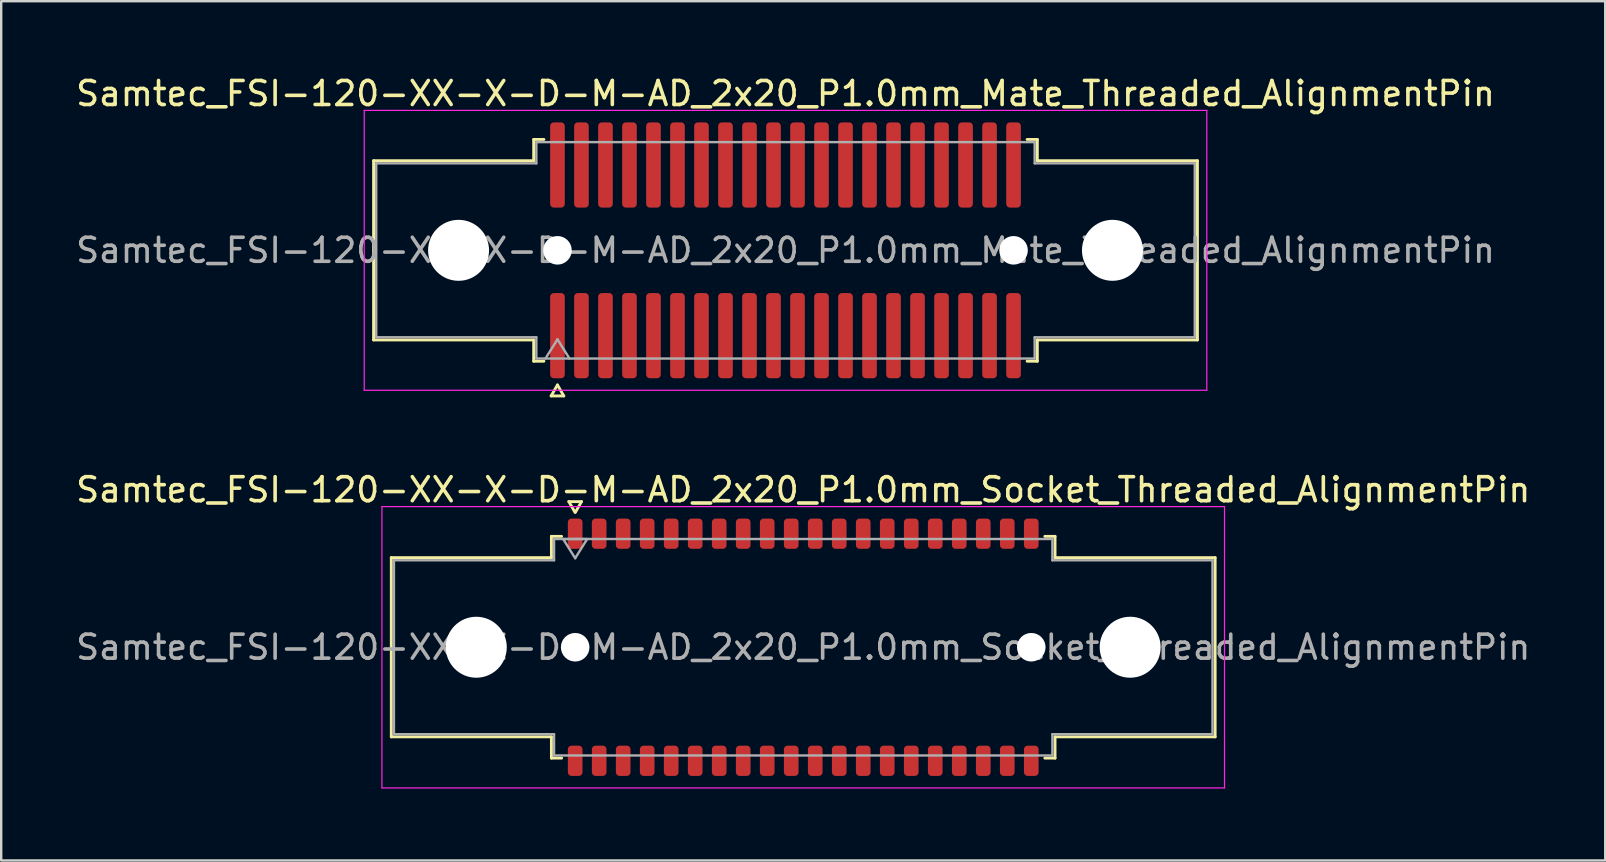
<source format=kicad_pcb>
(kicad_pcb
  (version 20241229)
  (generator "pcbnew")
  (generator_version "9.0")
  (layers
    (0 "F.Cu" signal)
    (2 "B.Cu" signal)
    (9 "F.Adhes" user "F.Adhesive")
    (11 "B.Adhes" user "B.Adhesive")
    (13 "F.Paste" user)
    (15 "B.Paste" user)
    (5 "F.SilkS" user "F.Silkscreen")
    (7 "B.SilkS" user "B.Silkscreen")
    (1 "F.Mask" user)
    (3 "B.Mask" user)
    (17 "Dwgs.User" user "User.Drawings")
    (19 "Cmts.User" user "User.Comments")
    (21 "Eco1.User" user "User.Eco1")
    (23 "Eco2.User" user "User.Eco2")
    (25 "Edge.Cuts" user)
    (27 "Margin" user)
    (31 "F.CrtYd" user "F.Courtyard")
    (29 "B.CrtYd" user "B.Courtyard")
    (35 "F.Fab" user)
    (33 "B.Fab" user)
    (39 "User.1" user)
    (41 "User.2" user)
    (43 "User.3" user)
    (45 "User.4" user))
  (footprint "Samtec_FSI-120-XX-X-D-M-AD_2x20_P1.0mm_Socket_Threaded_AlignmentPin"
    (layer "F.Cu")
    (at 30.411 23.913)
    (property "Reference" "Samtec_FSI-120-XX-X-D-M-AD_2x20_P1.0mm_Socket_Threaded_AlignmentPin" (at 0 -6.56 0) (layer "F.SilkS") (effects (font (size 1 1) (thickness 0.15))))
    (attr smd)
    (fp_line (start -17.16 -3.733) (end -10.49 -3.733) (stroke (width 0.12) (type solid)) (layer "F.SilkS"))
    (fp_line (start -17.16 3.733) (end -17.16 -3.733) (stroke (width 0.12) (type solid)) (layer "F.SilkS"))
    (fp_line (start -10.49 -4.619) (end -10.065 -4.619) (stroke (width 0.12) (type solid)) (layer "F.SilkS"))
    (fp_line (start -10.49 -3.733) (end -10.49 -4.619) (stroke (width 0.12) (type solid)) (layer "F.SilkS"))
    (fp_line (start -10.49 3.733) (end -17.16 3.733) (stroke (width 0.12) (type solid)) (layer "F.SilkS"))
    (fp_line (start -10.49 4.619) (end -10.49 3.733) (stroke (width 0.12) (type solid)) (layer "F.SilkS"))
    (fp_line (start -10.065 4.619) (end -10.49 4.619) (stroke (width 0.12) (type solid)) (layer "F.SilkS"))
    (fp_line (start -9.764 -6.066) (end -9.507 -5.62) (stroke (width 0.12) (type solid)) (layer "F.SilkS"))
    (fp_line (start -9.493 -5.62) (end -9.236 -6.066) (stroke (width 0.12) (type solid)) (layer "F.SilkS"))
    (fp_line (start -9.236 -6.066) (end -9.764 -6.066) (stroke (width 0.12) (type solid)) (layer "F.SilkS"))
    (fp_line (start 10.065 -4.619) (end 10.49 -4.619) (stroke (width 0.12) (type solid)) (layer "F.SilkS"))
    (fp_line (start 10.49 -4.619) (end 10.49 -3.733) (stroke (width 0.12) (type solid)) (layer "F.SilkS"))
    (fp_line (start 10.49 -3.733) (end 17.16 -3.733) (stroke (width 0.12) (type solid)) (layer "F.SilkS"))
    (fp_line (start 10.49 3.733) (end 10.49 4.619) (stroke (width 0.12) (type solid)) (layer "F.SilkS"))
    (fp_line (start 10.49 4.619) (end 10.065 4.619) (stroke (width 0.12) (type solid)) (layer "F.SilkS"))
    (fp_line (start 17.16 -3.733) (end 17.16 3.733) (stroke (width 0.12) (type solid)) (layer "F.SilkS"))
    (fp_line (start 17.16 3.733) (end 10.49 3.733) (stroke (width 0.12) (type solid)) (layer "F.SilkS"))
    (fp_line (start -17.55 -5.86) (end -17.55 5.86) (stroke (width 0.05) (type solid)) (layer "F.CrtYd"))
    (fp_line (start -17.55 5.86) (end 17.55 5.86) (stroke (width 0.05) (type solid)) (layer "F.CrtYd"))
    (fp_line (start 17.55 -5.86) (end -17.55 -5.86) (stroke (width 0.05) (type solid)) (layer "F.CrtYd"))
    (fp_line (start 17.55 5.86) (end 17.55 -5.86) (stroke (width 0.05) (type solid)) (layer "F.CrtYd"))
    (fp_line (start -17.05 -3.623) (end -10.38 -3.623) (stroke (width 0.1) (type solid)) (layer "F.Fab"))
    (fp_line (start -17.05 3.623) (end -17.05 -3.623) (stroke (width 0.1) (type solid)) (layer "F.Fab"))
    (fp_line (start -10.38 -4.508) (end 10.38 -4.508) (stroke (width 0.1) (type solid)) (layer "F.Fab"))
    (fp_line (start -10.38 -3.623) (end -10.38 -4.508) (stroke (width 0.1) (type solid)) (layer "F.Fab"))
    (fp_line (start -10.38 3.623) (end -17.05 3.623) (stroke (width 0.1) (type solid)) (layer "F.Fab"))
    (fp_line (start -10.38 4.508) (end -10.38 3.623) (stroke (width 0.1) (type solid)) (layer "F.Fab"))
    (fp_line (start -10 -4.508) (end -9.5 -3.708) (stroke (width 0.1) (type solid)) (layer "F.Fab"))
    (fp_line (start -9.5 -3.708) (end -9 -4.508) (stroke (width 0.1) (type solid)) (layer "F.Fab"))
    (fp_line (start -9 -4.508) (end -10 -4.508) (stroke (width 0.1) (type solid)) (layer "F.Fab"))
    (fp_line (start 10.38 -4.508) (end 10.38 -3.623) (stroke (width 0.1) (type solid)) (layer "F.Fab"))
    (fp_line (start 10.38 -3.623) (end 17.05 -3.623) (stroke (width 0.1) (type solid)) (layer "F.Fab"))
    (fp_line (start 10.38 3.623) (end 10.38 4.508) (stroke (width 0.1) (type solid)) (layer "F.Fab"))
    (fp_line (start 10.38 4.508) (end -10.38 4.508) (stroke (width 0.1) (type solid)) (layer "F.Fab"))
    (fp_line (start 17.05 -3.623) (end 17.05 3.623) (stroke (width 0.1) (type solid)) (layer "F.Fab"))
    (fp_line (start 17.05 3.623) (end 10.38 3.623) (stroke (width 0.1) (type solid)) (layer "F.Fab"))
    (fp_text user "${REFERENCE}" (at 0 0 0) (layer "F.Fab") (effects (font (size 1 1) (thickness 0.15))))
    (pad "" np_thru_hole circle (at -13.62 0) (size 2.54 2.54) (drill 2.54) (layers "*.Cu" "*.Mask"))
    (pad "" np_thru_hole circle (at -9.5 0) (size 1.19 1.19) (drill 1.19) (layers "*.Cu" "*.Mask"))
    (pad "" np_thru_hole circle (at 9.5 0) (size 1.19 1.19) (drill 1.19) (layers "*.Cu" "*.Mask"))
    (pad "" np_thru_hole circle (at 13.62 0) (size 2.54 2.54) (drill 2.54) (layers "*.Cu" "*.Mask"))
    (pad "1" smd roundrect (at -9.5 -4.73) (size 0.61 1.26) (layers "F.Cu" "F.Mask" "F.Paste") (roundrect_rratio 0.25))
    (pad "2" smd roundrect (at -9.5 4.73) (size 0.61 1.26) (layers "F.Cu" "F.Mask" "F.Paste") (roundrect_rratio 0.25))
    (pad "3" smd roundrect (at -8.5 -4.73) (size 0.61 1.26) (layers "F.Cu" "F.Mask" "F.Paste") (roundrect_rratio 0.25))
    (pad "4" smd roundrect (at -8.5 4.73) (size 0.61 1.26) (layers "F.Cu" "F.Mask" "F.Paste") (roundrect_rratio 0.25))
    (pad "5" smd roundrect (at -7.5 -4.73) (size 0.61 1.26) (layers "F.Cu" "F.Mask" "F.Paste") (roundrect_rratio 0.25))
    (pad "6" smd roundrect (at -7.5 4.73) (size 0.61 1.26) (layers "F.Cu" "F.Mask" "F.Paste") (roundrect_rratio 0.25))
    (pad "7" smd roundrect (at -6.5 -4.73) (size 0.61 1.26) (layers "F.Cu" "F.Mask" "F.Paste") (roundrect_rratio 0.25))
    (pad "8" smd roundrect (at -6.5 4.73) (size 0.61 1.26) (layers "F.Cu" "F.Mask" "F.Paste") (roundrect_rratio 0.25))
    (pad "9" smd roundrect (at -5.5 -4.73) (size 0.61 1.26) (layers "F.Cu" "F.Mask" "F.Paste") (roundrect_rratio 0.25))
    (pad "10" smd roundrect (at -5.5 4.73) (size 0.61 1.26) (layers "F.Cu" "F.Mask" "F.Paste") (roundrect_rratio 0.25))
    (pad "11" smd roundrect (at -4.5 -4.73) (size 0.61 1.26) (layers "F.Cu" "F.Mask" "F.Paste") (roundrect_rratio 0.25))
    (pad "12" smd roundrect (at -4.5 4.73) (size 0.61 1.26) (layers "F.Cu" "F.Mask" "F.Paste") (roundrect_rratio 0.25))
    (pad "13" smd roundrect (at -3.5 -4.73) (size 0.61 1.26) (layers "F.Cu" "F.Mask" "F.Paste") (roundrect_rratio 0.25))
    (pad "14" smd roundrect (at -3.5 4.73) (size 0.61 1.26) (layers "F.Cu" "F.Mask" "F.Paste") (roundrect_rratio 0.25))
    (pad "15" smd roundrect (at -2.5 -4.73) (size 0.61 1.26) (layers "F.Cu" "F.Mask" "F.Paste") (roundrect_rratio 0.25))
    (pad "16" smd roundrect (at -2.5 4.73) (size 0.61 1.26) (layers "F.Cu" "F.Mask" "F.Paste") (roundrect_rratio 0.25))
    (pad "17" smd roundrect (at -1.5 -4.73) (size 0.61 1.26) (layers "F.Cu" "F.Mask" "F.Paste") (roundrect_rratio 0.25))
    (pad "18" smd roundrect (at -1.5 4.73) (size 0.61 1.26) (layers "F.Cu" "F.Mask" "F.Paste") (roundrect_rratio 0.25))
    (pad "19" smd roundrect (at -0.5 -4.73) (size 0.61 1.26) (layers "F.Cu" "F.Mask" "F.Paste") (roundrect_rratio 0.25))
    (pad "20" smd roundrect (at -0.5 4.73) (size 0.61 1.26) (layers "F.Cu" "F.Mask" "F.Paste") (roundrect_rratio 0.25))
    (pad "21" smd roundrect (at 0.5 -4.73) (size 0.61 1.26) (layers "F.Cu" "F.Mask" "F.Paste") (roundrect_rratio 0.25))
    (pad "22" smd roundrect (at 0.5 4.73) (size 0.61 1.26) (layers "F.Cu" "F.Mask" "F.Paste") (roundrect_rratio 0.25))
    (pad "23" smd roundrect (at 1.5 -4.73) (size 0.61 1.26) (layers "F.Cu" "F.Mask" "F.Paste") (roundrect_rratio 0.25))
    (pad "24" smd roundrect (at 1.5 4.73) (size 0.61 1.26) (layers "F.Cu" "F.Mask" "F.Paste") (roundrect_rratio 0.25))
    (pad "25" smd roundrect (at 2.5 -4.73) (size 0.61 1.26) (layers "F.Cu" "F.Mask" "F.Paste") (roundrect_rratio 0.25))
    (pad "26" smd roundrect (at 2.5 4.73) (size 0.61 1.26) (layers "F.Cu" "F.Mask" "F.Paste") (roundrect_rratio 0.25))
    (pad "27" smd roundrect (at 3.5 -4.73) (size 0.61 1.26) (layers "F.Cu" "F.Mask" "F.Paste") (roundrect_rratio 0.25))
    (pad "28" smd roundrect (at 3.5 4.73) (size 0.61 1.26) (layers "F.Cu" "F.Mask" "F.Paste") (roundrect_rratio 0.25))
    (pad "29" smd roundrect (at 4.5 -4.73) (size 0.61 1.26) (layers "F.Cu" "F.Mask" "F.Paste") (roundrect_rratio 0.25))
    (pad "30" smd roundrect (at 4.5 4.73) (size 0.61 1.26) (layers "F.Cu" "F.Mask" "F.Paste") (roundrect_rratio 0.25))
    (pad "31" smd roundrect (at 5.5 -4.73) (size 0.61 1.26) (layers "F.Cu" "F.Mask" "F.Paste") (roundrect_rratio 0.25))
    (pad "32" smd roundrect (at 5.5 4.73) (size 0.61 1.26) (layers "F.Cu" "F.Mask" "F.Paste") (roundrect_rratio 0.25))
    (pad "33" smd roundrect (at 6.5 -4.73) (size 0.61 1.26) (layers "F.Cu" "F.Mask" "F.Paste") (roundrect_rratio 0.25))
    (pad "34" smd roundrect (at 6.5 4.73) (size 0.61 1.26) (layers "F.Cu" "F.Mask" "F.Paste") (roundrect_rratio 0.25))
    (pad "35" smd roundrect (at 7.5 -4.73) (size 0.61 1.26) (layers "F.Cu" "F.Mask" "F.Paste") (roundrect_rratio 0.25))
    (pad "36" smd roundrect (at 7.5 4.73) (size 0.61 1.26) (layers "F.Cu" "F.Mask" "F.Paste") (roundrect_rratio 0.25))
    (pad "37" smd roundrect (at 8.5 -4.73) (size 0.61 1.26) (layers "F.Cu" "F.Mask" "F.Paste") (roundrect_rratio 0.25))
    (pad "38" smd roundrect (at 8.5 4.73) (size 0.61 1.26) (layers "F.Cu" "F.Mask" "F.Paste") (roundrect_rratio 0.25))
    (pad "39" smd roundrect (at 9.5 -4.73) (size 0.61 1.26) (layers "F.Cu" "F.Mask" "F.Paste") (roundrect_rratio 0.25))
    (pad "40" smd roundrect (at 9.5 4.73) (size 0.61 1.26) (layers "F.Cu" "F.Mask" "F.Paste") (roundrect_rratio 0.25)))
  (footprint "Samtec_FSI-120-XX-X-D-M-AD_2x20_P1.0mm_Mate_Threaded_AlignmentPin"
    (layer "F.Cu")
    (at 29.673 7.378)
    (property "Reference" "Samtec_FSI-120-XX-X-D-M-AD_2x20_P1.0mm_Mate_Threaded_AlignmentPin" (at 0 -6.53 0) (layer "F.SilkS") (effects (font (size 1 1) (thickness 0.15))))
    (attr smd exclude_from_pos_files exclude_from_bom)
    (fp_line (start -17.16 -3.733) (end -10.49 -3.733) (stroke (width 0.12) (type solid)) (layer "F.SilkS"))
    (fp_line (start -17.16 3.733) (end -17.16 -3.733) (stroke (width 0.12) (type solid)) (layer "F.SilkS"))
    (fp_line (start -10.49 -4.619) (end -10.065 -4.619) (stroke (width 0.12) (type solid)) (layer "F.SilkS"))
    (fp_line (start -10.49 -3.733) (end -10.49 -4.619) (stroke (width 0.12) (type solid)) (layer "F.SilkS"))
    (fp_line (start -10.49 3.733) (end -17.16 3.733) (stroke (width 0.12) (type solid)) (layer "F.SilkS"))
    (fp_line (start -10.49 4.619) (end -10.49 3.733) (stroke (width 0.12) (type solid)) (layer "F.SilkS"))
    (fp_line (start -10.065 4.619) (end -10.49 4.619) (stroke (width 0.12) (type solid)) (layer "F.SilkS"))
    (fp_line (start -9.764 6.066) (end -9.5 5.609) (stroke (width 0.12) (type solid)) (layer "F.SilkS"))
    (fp_line (start -9.5 5.609) (end -9.236 6.066) (stroke (width 0.12) (type solid)) (layer "F.SilkS"))
    (fp_line (start -9.236 6.066) (end -9.764 6.066) (stroke (width 0.12) (type solid)) (layer "F.SilkS"))
    (fp_line (start 10.065 -4.619) (end 10.49 -4.619) (stroke (width 0.12) (type solid)) (layer "F.SilkS"))
    (fp_line (start 10.49 -4.619) (end 10.49 -3.733) (stroke (width 0.12) (type solid)) (layer "F.SilkS"))
    (fp_line (start 10.49 -3.733) (end 17.16 -3.733) (stroke (width 0.12) (type solid)) (layer "F.SilkS"))
    (fp_line (start 10.49 3.733) (end 10.49 4.619) (stroke (width 0.12) (type solid)) (layer "F.SilkS"))
    (fp_line (start 10.49 4.619) (end 10.065 4.619) (stroke (width 0.12) (type solid)) (layer "F.SilkS"))
    (fp_line (start 17.16 -3.733) (end 17.16 3.733) (stroke (width 0.12) (type solid)) (layer "F.SilkS"))
    (fp_line (start 17.16 3.733) (end 10.49 3.733) (stroke (width 0.12) (type solid)) (layer "F.SilkS"))
    (fp_line (start -17.55 -5.83) (end -17.55 5.83) (stroke (width 0.05) (type solid)) (layer "F.CrtYd"))
    (fp_line (start -17.55 5.83) (end 17.55 5.83) (stroke (width 0.05) (type solid)) (layer "F.CrtYd"))
    (fp_line (start 17.55 -5.83) (end -17.55 -5.83) (stroke (width 0.05) (type solid)) (layer "F.CrtYd"))
    (fp_line (start 17.55 5.83) (end 17.55 -5.83) (stroke (width 0.05) (type solid)) (layer "F.CrtYd"))
    (fp_line (start -17.05 -3.623) (end -10.38 -3.623) (stroke (width 0.1) (type solid)) (layer "F.Fab"))
    (fp_line (start -17.05 3.623) (end -17.05 -3.623) (stroke (width 0.1) (type solid)) (layer "F.Fab"))
    (fp_line (start -10.38 -4.508) (end 10.38 -4.508) (stroke (width 0.1) (type solid)) (layer "F.Fab"))
    (fp_line (start -10.38 -3.623) (end -10.38 -4.508) (stroke (width 0.1) (type solid)) (layer "F.Fab"))
    (fp_line (start -10.38 3.623) (end -17.05 3.623) (stroke (width 0.1) (type solid)) (layer "F.Fab"))
    (fp_line (start -10.38 4.508) (end -10.38 3.623) (stroke (width 0.1) (type solid)) (layer "F.Fab"))
    (fp_line (start -10 4.508) (end -9.5 3.708) (stroke (width 0.1) (type solid)) (layer "F.Fab"))
    (fp_line (start -9.5 3.708) (end -9 4.508) (stroke (width 0.1) (type solid)) (layer "F.Fab"))
    (fp_line (start 10.38 -4.508) (end 10.38 -3.623) (stroke (width 0.1) (type solid)) (layer "F.Fab"))
    (fp_line (start 10.38 -3.623) (end 17.05 -3.623) (stroke (width 0.1) (type solid)) (layer "F.Fab"))
    (fp_line (start 10.38 3.623) (end 10.38 4.508) (stroke (width 0.1) (type solid)) (layer "F.Fab"))
    (fp_line (start 10.38 4.508) (end -10.38 4.508) (stroke (width 0.1) (type solid)) (layer "F.Fab"))
    (fp_line (start 17.05 -3.623) (end 17.05 3.623) (stroke (width 0.1) (type solid)) (layer "F.Fab"))
    (fp_line (start 17.05 3.623) (end 10.38 3.623) (stroke (width 0.1) (type solid)) (layer "F.Fab"))
    (fp_text user "${REFERENCE}" (at 0 0 0) (layer "F.Fab") (effects (font (size 1 1) (thickness 0.15))))
    (pad "" np_thru_hole circle (at -13.62 0) (size 2.54 2.54) (drill 2.54) (layers "*.Cu" "*.Mask"))
    (pad "" np_thru_hole circle (at -9.5 0) (size 1.19 1.19) (drill 1.19) (layers "*.Cu" "*.Mask"))
    (pad "" np_thru_hole circle (at 9.5 0) (size 1.19 1.19) (drill 1.19) (layers "*.Cu" "*.Mask"))
    (pad "" np_thru_hole circle (at 13.62 0) (size 2.54 2.54) (drill 2.54) (layers "*.Cu" "*.Mask"))
    (pad "1" smd roundrect (at -9.5 3.555) (size 0.61 3.55) (layers "F.Cu" "F.Mask") (roundrect_rratio 0.25))
    (pad "2" smd roundrect (at -9.5 -3.555) (size 0.61 3.55) (layers "F.Cu" "F.Mask") (roundrect_rratio 0.25))
    (pad "3" smd roundrect (at -8.5 3.555) (size 0.61 3.55) (layers "F.Cu" "F.Mask") (roundrect_rratio 0.25))
    (pad "4" smd roundrect (at -8.5 -3.555) (size 0.61 3.55) (layers "F.Cu" "F.Mask") (roundrect_rratio 0.25))
    (pad "5" smd roundrect (at -7.5 3.555) (size 0.61 3.55) (layers "F.Cu" "F.Mask") (roundrect_rratio 0.25))
    (pad "6" smd roundrect (at -7.5 -3.555) (size 0.61 3.55) (layers "F.Cu" "F.Mask") (roundrect_rratio 0.25))
    (pad "7" smd roundrect (at -6.5 3.555) (size 0.61 3.55) (layers "F.Cu" "F.Mask") (roundrect_rratio 0.25))
    (pad "8" smd roundrect (at -6.5 -3.555) (size 0.61 3.55) (layers "F.Cu" "F.Mask") (roundrect_rratio 0.25))
    (pad "9" smd roundrect (at -5.5 3.555) (size 0.61 3.55) (layers "F.Cu" "F.Mask") (roundrect_rratio 0.25))
    (pad "10" smd roundrect (at -5.5 -3.555) (size 0.61 3.55) (layers "F.Cu" "F.Mask") (roundrect_rratio 0.25))
    (pad "11" smd roundrect (at -4.5 3.555) (size 0.61 3.55) (layers "F.Cu" "F.Mask") (roundrect_rratio 0.25))
    (pad "12" smd roundrect (at -4.5 -3.555) (size 0.61 3.55) (layers "F.Cu" "F.Mask") (roundrect_rratio 0.25))
    (pad "13" smd roundrect (at -3.5 3.555) (size 0.61 3.55) (layers "F.Cu" "F.Mask") (roundrect_rratio 0.25))
    (pad "14" smd roundrect (at -3.5 -3.555) (size 0.61 3.55) (layers "F.Cu" "F.Mask") (roundrect_rratio 0.25))
    (pad "15" smd roundrect (at -2.5 3.555) (size 0.61 3.55) (layers "F.Cu" "F.Mask") (roundrect_rratio 0.25))
    (pad "16" smd roundrect (at -2.5 -3.555) (size 0.61 3.55) (layers "F.Cu" "F.Mask") (roundrect_rratio 0.25))
    (pad "17" smd roundrect (at -1.5 3.555) (size 0.61 3.55) (layers "F.Cu" "F.Mask") (roundrect_rratio 0.25))
    (pad "18" smd roundrect (at -1.5 -3.555) (size 0.61 3.55) (layers "F.Cu" "F.Mask") (roundrect_rratio 0.25))
    (pad "19" smd roundrect (at -0.5 3.555) (size 0.61 3.55) (layers "F.Cu" "F.Mask") (roundrect_rratio 0.25))
    (pad "20" smd roundrect (at -0.5 -3.555) (size 0.61 3.55) (layers "F.Cu" "F.Mask") (roundrect_rratio 0.25))
    (pad "21" smd roundrect (at 0.5 3.555) (size 0.61 3.55) (layers "F.Cu" "F.Mask") (roundrect_rratio 0.25))
    (pad "22" smd roundrect (at 0.5 -3.555) (size 0.61 3.55) (layers "F.Cu" "F.Mask") (roundrect_rratio 0.25))
    (pad "23" smd roundrect (at 1.5 3.555) (size 0.61 3.55) (layers "F.Cu" "F.Mask") (roundrect_rratio 0.25))
    (pad "24" smd roundrect (at 1.5 -3.555) (size 0.61 3.55) (layers "F.Cu" "F.Mask") (roundrect_rratio 0.25))
    (pad "25" smd roundrect (at 2.5 3.555) (size 0.61 3.55) (layers "F.Cu" "F.Mask") (roundrect_rratio 0.25))
    (pad "26" smd roundrect (at 2.5 -3.555) (size 0.61 3.55) (layers "F.Cu" "F.Mask") (roundrect_rratio 0.25))
    (pad "27" smd roundrect (at 3.5 3.555) (size 0.61 3.55) (layers "F.Cu" "F.Mask") (roundrect_rratio 0.25))
    (pad "28" smd roundrect (at 3.5 -3.555) (size 0.61 3.55) (layers "F.Cu" "F.Mask") (roundrect_rratio 0.25))
    (pad "29" smd roundrect (at 4.5 3.555) (size 0.61 3.55) (layers "F.Cu" "F.Mask") (roundrect_rratio 0.25))
    (pad "30" smd roundrect (at 4.5 -3.555) (size 0.61 3.55) (layers "F.Cu" "F.Mask") (roundrect_rratio 0.25))
    (pad "31" smd roundrect (at 5.5 3.555) (size 0.61 3.55) (layers "F.Cu" "F.Mask") (roundrect_rratio 0.25))
    (pad "32" smd roundrect (at 5.5 -3.555) (size 0.61 3.55) (layers "F.Cu" "F.Mask") (roundrect_rratio 0.25))
    (pad "33" smd roundrect (at 6.5 3.555) (size 0.61 3.55) (layers "F.Cu" "F.Mask") (roundrect_rratio 0.25))
    (pad "34" smd roundrect (at 6.5 -3.555) (size 0.61 3.55) (layers "F.Cu" "F.Mask") (roundrect_rratio 0.25))
    (pad "35" smd roundrect (at 7.5 3.555) (size 0.61 3.55) (layers "F.Cu" "F.Mask") (roundrect_rratio 0.25))
    (pad "36" smd roundrect (at 7.5 -3.555) (size 0.61 3.55) (layers "F.Cu" "F.Mask") (roundrect_rratio 0.25))
    (pad "37" smd roundrect (at 8.5 3.555) (size 0.61 3.55) (layers "F.Cu" "F.Mask") (roundrect_rratio 0.25))
    (pad "38" smd roundrect (at 8.5 -3.555) (size 0.61 3.55) (layers "F.Cu" "F.Mask") (roundrect_rratio 0.25))
    (pad "39" smd roundrect (at 9.5 3.555) (size 0.61 3.55) (layers "F.Cu" "F.Mask") (roundrect_rratio 0.25))
    (pad "40" smd roundrect (at 9.5 -3.555) (size 0.61 3.55) (layers "F.Cu" "F.Mask") (roundrect_rratio 0.25)))
  (gr_rect
    (start -3 -3)
    (end 63.821 32.797)
    (stroke (width 0.1) (type default))
    (fill no)
    (layer "Edge.Cuts")))
</source>
